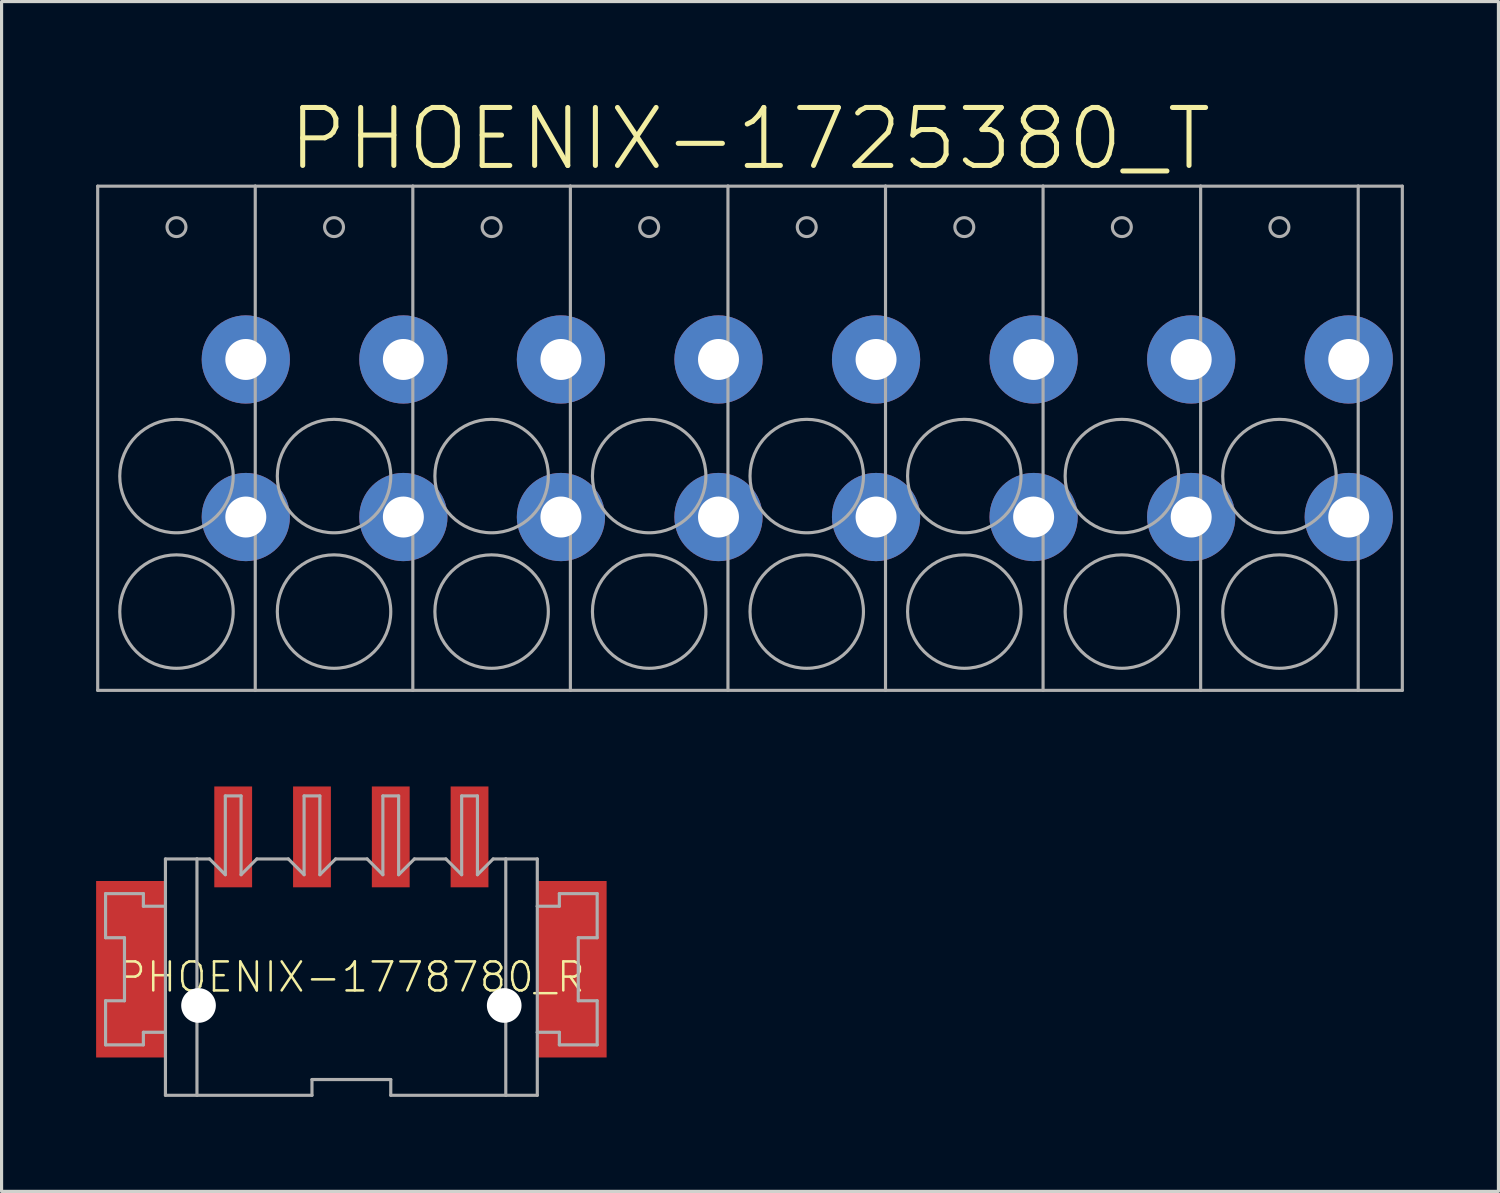
<source format=kicad_pcb>
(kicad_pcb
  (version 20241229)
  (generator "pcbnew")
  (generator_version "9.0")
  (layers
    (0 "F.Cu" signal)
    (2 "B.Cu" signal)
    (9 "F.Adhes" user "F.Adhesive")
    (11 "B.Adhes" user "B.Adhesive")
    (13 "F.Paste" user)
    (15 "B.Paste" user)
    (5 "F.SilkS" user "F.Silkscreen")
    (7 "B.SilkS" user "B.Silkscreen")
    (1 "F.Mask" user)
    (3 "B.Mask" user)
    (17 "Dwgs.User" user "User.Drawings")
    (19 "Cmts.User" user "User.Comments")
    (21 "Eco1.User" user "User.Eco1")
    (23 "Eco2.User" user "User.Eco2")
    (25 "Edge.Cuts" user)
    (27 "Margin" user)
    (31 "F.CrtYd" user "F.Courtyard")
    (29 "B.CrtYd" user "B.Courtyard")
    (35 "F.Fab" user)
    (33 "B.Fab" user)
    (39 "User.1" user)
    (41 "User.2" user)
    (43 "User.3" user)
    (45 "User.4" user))
  (footprint "PHOENIX-1725380_T"
    (layer "F.Cu")
    (at 20.75 10.857)
    (property "Reference" "PHOENIX-1725380_T" (at 0 -9.5 0) (unlocked yes) (layer "F.SilkS") (effects (font (size 1.84 1.84) (thickness 0.16))))
    (fp_line (start -20.7 -8) (end -20.7 8) (stroke (width 0.1) (type solid)) (layer "F.Fab"))
    (fp_line (start -20.7 -8) (end -15.7 -8) (stroke (width 0.1) (type solid)) (layer "F.Fab"))
    (fp_line (start -20.7 8) (end -15.7 8) (stroke (width 0.1) (type solid)) (layer "F.Fab"))
    (fp_line (start -15.7 -8) (end -15.7 8) (stroke (width 0.1) (type solid)) (layer "F.Fab"))
    (fp_line (start -15.7 -8) (end -10.7 -8) (stroke (width 0.1) (type solid)) (layer "F.Fab"))
    (fp_line (start -15.7 8) (end -10.7 8) (stroke (width 0.1) (type solid)) (layer "F.Fab"))
    (fp_line (start -10.7 -8) (end -10.7 8) (stroke (width 0.1) (type solid)) (layer "F.Fab"))
    (fp_line (start -10.7 -8) (end -5.7 -8) (stroke (width 0.1) (type solid)) (layer "F.Fab"))
    (fp_line (start -10.7 8) (end -5.7 8) (stroke (width 0.1) (type solid)) (layer "F.Fab"))
    (fp_line (start -5.7 -8) (end -5.7 8) (stroke (width 0.1) (type solid)) (layer "F.Fab"))
    (fp_line (start -5.7 -8) (end -0.7 -8) (stroke (width 0.1) (type solid)) (layer "F.Fab"))
    (fp_line (start -5.7 8) (end -0.7 8) (stroke (width 0.1) (type solid)) (layer "F.Fab"))
    (fp_line (start -0.7 -8) (end -0.7 8) (stroke (width 0.1) (type solid)) (layer "F.Fab"))
    (fp_line (start -0.7 -8) (end 4.3 -8) (stroke (width 0.1) (type solid)) (layer "F.Fab"))
    (fp_line (start -0.7 8) (end 4.3 8) (stroke (width 0.1) (type solid)) (layer "F.Fab"))
    (fp_line (start 4.3 -8) (end 4.3 8) (stroke (width 0.1) (type solid)) (layer "F.Fab"))
    (fp_line (start 4.3 -8) (end 9.3 -8) (stroke (width 0.1) (type solid)) (layer "F.Fab"))
    (fp_line (start 4.3 8) (end 9.3 8) (stroke (width 0.1) (type solid)) (layer "F.Fab"))
    (fp_line (start 9.3 -8) (end 9.3 8) (stroke (width 0.1) (type solid)) (layer "F.Fab"))
    (fp_line (start 9.3 -8) (end 14.3 -8) (stroke (width 0.1) (type solid)) (layer "F.Fab"))
    (fp_line (start 9.3 8) (end 14.3 8) (stroke (width 0.1) (type solid)) (layer "F.Fab"))
    (fp_line (start 14.3 -8) (end 14.3 8) (stroke (width 0.1) (type solid)) (layer "F.Fab"))
    (fp_line (start 14.3 -8) (end 19.3 -8) (stroke (width 0.1) (type solid)) (layer "F.Fab"))
    (fp_line (start 14.3 8) (end 19.3 8) (stroke (width 0.1) (type solid)) (layer "F.Fab"))
    (fp_line (start 19.3 -8) (end 19.3 8) (stroke (width 0.1) (type solid)) (layer "F.Fab"))
    (fp_line (start 19.3 -8) (end 20.7 -8) (stroke (width 0.1) (type solid)) (layer "F.Fab"))
    (fp_line (start 20.7 -8) (end 20.7 8) (stroke (width 0.1) (type solid)) (layer "F.Fab"))
    (fp_line (start 20.7 8) (end 19.3 8) (stroke (width 0.1) (type solid)) (layer "F.Fab"))
    (fp_circle (center -18.2 -6.7) (end -17.9 -6.7) (stroke (width 0.1) (type solid)) (fill no) (layer "F.Fab"))
    (fp_circle (center -18.2 1.2) (end -16.4 1.2) (stroke (width 0.1) (type solid)) (fill no) (layer "F.Fab"))
    (fp_circle (center -18.2 5.5) (end -16.4 5.5) (stroke (width 0.1) (type solid)) (fill no) (layer "F.Fab"))
    (fp_circle (center -13.2 -6.7) (end -12.9 -6.7) (stroke (width 0.1) (type solid)) (fill no) (layer "F.Fab"))
    (fp_circle (center -13.2 1.2) (end -11.4 1.2) (stroke (width 0.1) (type solid)) (fill no) (layer "F.Fab"))
    (fp_circle (center -13.2 5.5) (end -11.4 5.5) (stroke (width 0.1) (type solid)) (fill no) (layer "F.Fab"))
    (fp_circle (center -8.2 -6.7) (end -7.9 -6.7) (stroke (width 0.1) (type solid)) (fill no) (layer "F.Fab"))
    (fp_circle (center -8.2 1.2) (end -6.4 1.2) (stroke (width 0.1) (type solid)) (fill no) (layer "F.Fab"))
    (fp_circle (center -8.2 5.5) (end -6.4 5.5) (stroke (width 0.1) (type solid)) (fill no) (layer "F.Fab"))
    (fp_circle (center -3.2 -6.7) (end -2.9 -6.7) (stroke (width 0.1) (type solid)) (fill no) (layer "F.Fab"))
    (fp_circle (center -3.2 1.2) (end -1.4 1.2) (stroke (width 0.1) (type solid)) (fill no) (layer "F.Fab"))
    (fp_circle (center -3.2 5.5) (end -1.4 5.5) (stroke (width 0.1) (type solid)) (fill no) (layer "F.Fab"))
    (fp_circle (center 1.8 -6.7) (end 2.1 -6.7) (stroke (width 0.1) (type solid)) (fill no) (layer "F.Fab"))
    (fp_circle (center 1.8 1.2) (end 3.6 1.2) (stroke (width 0.1) (type solid)) (fill no) (layer "F.Fab"))
    (fp_circle (center 1.8 5.5) (end 3.6 5.5) (stroke (width 0.1) (type solid)) (fill no) (layer "F.Fab"))
    (fp_circle (center 6.8 -6.7) (end 7.1 -6.7) (stroke (width 0.1) (type solid)) (fill no) (layer "F.Fab"))
    (fp_circle (center 6.8 1.2) (end 8.6 1.2) (stroke (width 0.1) (type solid)) (fill no) (layer "F.Fab"))
    (fp_circle (center 6.8 5.5) (end 8.6 5.5) (stroke (width 0.1) (type solid)) (fill no) (layer "F.Fab"))
    (fp_circle (center 11.8 -6.7) (end 12.1 -6.7) (stroke (width 0.1) (type solid)) (fill no) (layer "F.Fab"))
    (fp_circle (center 11.8 1.2) (end 13.6 1.2) (stroke (width 0.1) (type solid)) (fill no) (layer "F.Fab"))
    (fp_circle (center 11.8 5.5) (end 13.6 5.5) (stroke (width 0.1) (type solid)) (fill no) (layer "F.Fab"))
    (fp_circle (center 16.8 -6.7) (end 17.1 -6.7) (stroke (width 0.1) (type solid)) (fill no) (layer "F.Fab"))
    (fp_circle (center 16.8 1.2) (end 18.6 1.2) (stroke (width 0.1) (type solid)) (fill no) (layer "F.Fab"))
    (fp_circle (center 16.8 5.5) (end 18.6 5.5) (stroke (width 0.1) (type solid)) (fill no) (layer "F.Fab"))
    (pad "1A" thru_hole circle (at -16 -2.5 90) (size 2.8 2.8) (drill 1.3) (layers "*.Cu" "*.Mask"))
    (pad "1B" thru_hole circle (at -16 2.5 90) (size 2.8 2.8) (drill 1.3) (layers "*.Cu" "*.Mask"))
    (pad "2A" thru_hole circle (at -11 -2.5 90) (size 2.8 2.8) (drill 1.3) (layers "*.Cu" "*.Mask"))
    (pad "2B" thru_hole circle (at -11 2.5 90) (size 2.8 2.8) (drill 1.3) (layers "*.Cu" "*.Mask"))
    (pad "3A" thru_hole circle (at -6 -2.5 90) (size 2.8 2.8) (drill 1.3) (layers "*.Cu" "*.Mask"))
    (pad "3B" thru_hole circle (at -6 2.5 90) (size 2.8 2.8) (drill 1.3) (layers "*.Cu" "*.Mask"))
    (pad "4A" thru_hole circle (at -1 -2.5 90) (size 2.8 2.8) (drill 1.3) (layers "*.Cu" "*.Mask"))
    (pad "4B" thru_hole circle (at -1 2.5 90) (size 2.8 2.8) (drill 1.3) (layers "*.Cu" "*.Mask"))
    (pad "5A" thru_hole circle (at 4 -2.5 90) (size 2.8 2.8) (drill 1.3) (layers "*.Cu" "*.Mask"))
    (pad "5B" thru_hole circle (at 4 2.5 90) (size 2.8 2.8) (drill 1.3) (layers "*.Cu" "*.Mask"))
    (pad "6A" thru_hole circle (at 9 -2.5 90) (size 2.8 2.8) (drill 1.3) (layers "*.Cu" "*.Mask"))
    (pad "6B" thru_hole circle (at 9 2.5 90) (size 2.8 2.8) (drill 1.3) (layers "*.Cu" "*.Mask"))
    (pad "7A" thru_hole circle (at 14 -2.5 90) (size 2.8 2.8) (drill 1.3) (layers "*.Cu" "*.Mask"))
    (pad "7B" thru_hole circle (at 14 2.5 90) (size 2.8 2.8) (drill 1.3) (layers "*.Cu" "*.Mask"))
    (pad "8A" thru_hole circle (at 19 -2.5 90) (size 2.8 2.8) (drill 1.3) (layers "*.Cu" "*.Mask"))
    (pad "8B" thru_hole circle (at 19 2.5 90) (size 2.8 2.8) (drill 1.3) (layers "*.Cu" "*.Mask")))
  (footprint "PHOENIX-1778780_R"
    (layer "F.Cu")
    (at 8.1 27.957)
    (property "Reference" "PHOENIX-1778780_R" (at 0 0 0) (unlocked yes) (layer "F.SilkS") (effects (font (size 0.92 0.92) (thickness 0.08))))
    (fp_line (start -7.8 -2.65) (end -7.8 -1.25) (stroke (width 0.1) (type solid)) (layer "F.Fab"))
    (fp_line (start -7.8 -1.25) (end -7.2 -1.25) (stroke (width 0.1) (type solid)) (layer "F.Fab"))
    (fp_line (start -7.8 0.75) (end -7.8 2.15) (stroke (width 0.1) (type solid)) (layer "F.Fab"))
    (fp_line (start -7.2 -1.25) (end -7.2 0.75) (stroke (width 0.1) (type solid)) (layer "F.Fab"))
    (fp_line (start -7.2 0.75) (end -7.8 0.75) (stroke (width 0.1) (type solid)) (layer "F.Fab"))
    (fp_line (start -6.6 -2.65) (end -7.8 -2.65) (stroke (width 0.1) (type solid)) (layer "F.Fab"))
    (fp_line (start -6.6 -2.25) (end -6.6 -2.65) (stroke (width 0.1) (type solid)) (layer "F.Fab"))
    (fp_line (start -6.6 -2.25) (end -5.9 -2.25) (stroke (width 0.1) (type solid)) (layer "F.Fab"))
    (fp_line (start -6.6 1.75) (end -6.6 2.15) (stroke (width 0.1) (type solid)) (layer "F.Fab"))
    (fp_line (start -6.6 1.75) (end -5.9 1.75) (stroke (width 0.1) (type solid)) (layer "F.Fab"))
    (fp_line (start -6.6 2.15) (end -7.8 2.15) (stroke (width 0.1) (type solid)) (layer "F.Fab"))
    (fp_line (start -5.9 -3.75) (end -5.9 -2.25) (stroke (width 0.1) (type solid)) (layer "F.Fab"))
    (fp_line (start -5.9 -3.75) (end -4.9 -3.75) (stroke (width 0.1) (type solid)) (layer "F.Fab"))
    (fp_line (start -5.9 -2.25) (end -5.9 1.75) (stroke (width 0.1) (type solid)) (layer "F.Fab"))
    (fp_line (start -5.9 1.75) (end -5.9 3.75) (stroke (width 0.1) (type solid)) (layer "F.Fab"))
    (fp_line (start -5.9 3.75) (end -4.9 3.75) (stroke (width 0.1) (type solid)) (layer "F.Fab"))
    (fp_line (start -4.9 -3.75) (end -4.9 3.75) (stroke (width 0.1) (type solid)) (layer "F.Fab"))
    (fp_line (start -4.9 -3.75) (end -4.5 -3.75) (stroke (width 0.1) (type solid)) (layer "F.Fab"))
    (fp_line (start -4.9 3.75) (end -1.25 3.75) (stroke (width 0.1) (type solid)) (layer "F.Fab"))
    (fp_line (start -4 -5.75) (end -3.5 -5.75) (stroke (width 0.1) (type solid)) (layer "F.Fab"))
    (fp_line (start -4 -3.25) (end -4.5 -3.75) (stroke (width 0.1) (type solid)) (layer "F.Fab"))
    (fp_line (start -4 -3.25) (end -4 -5.75) (stroke (width 0.1) (type solid)) (layer "F.Fab"))
    (fp_line (start -3.5 -5.75) (end -3.5 -3.25) (stroke (width 0.1) (type solid)) (layer "F.Fab"))
    (fp_line (start -3.5 -3.25) (end -3 -3.75) (stroke (width 0.1) (type solid)) (layer "F.Fab"))
    (fp_line (start -3 -3.75) (end -2 -3.75) (stroke (width 0.1) (type solid)) (layer "F.Fab"))
    (fp_line (start -1.5 -5.75) (end -1 -5.75) (stroke (width 0.1) (type solid)) (layer "F.Fab"))
    (fp_line (start -1.5 -3.25) (end -2 -3.75) (stroke (width 0.1) (type solid)) (layer "F.Fab"))
    (fp_line (start -1.5 -3.25) (end -1.5 -5.75) (stroke (width 0.1) (type solid)) (layer "F.Fab"))
    (fp_line (start -1.25 3.25) (end -1.25 3.75) (stroke (width 0.1) (type solid)) (layer "F.Fab"))
    (fp_line (start -1.25 3.25) (end 1.25 3.25) (stroke (width 0.1) (type solid)) (layer "F.Fab"))
    (fp_line (start -1 -5.75) (end -1 -3.25) (stroke (width 0.1) (type solid)) (layer "F.Fab"))
    (fp_line (start -1 -3.25) (end -0.5 -3.75) (stroke (width 0.1) (type solid)) (layer "F.Fab"))
    (fp_line (start -0.5 -3.75) (end 0.5 -3.75) (stroke (width 0.1) (type solid)) (layer "F.Fab"))
    (fp_line (start 1 -5.75) (end 1.5 -5.75) (stroke (width 0.1) (type solid)) (layer "F.Fab"))
    (fp_line (start 1 -3.25) (end 0.5 -3.75) (stroke (width 0.1) (type solid)) (layer "F.Fab"))
    (fp_line (start 1 -3.25) (end 1 -5.75) (stroke (width 0.1) (type solid)) (layer "F.Fab"))
    (fp_line (start 1.25 3.25) (end 1.25 3.75) (stroke (width 0.1) (type solid)) (layer "F.Fab"))
    (fp_line (start 1.25 3.75) (end 4.9 3.75) (stroke (width 0.1) (type solid)) (layer "F.Fab"))
    (fp_line (start 1.5 -5.75) (end 1.5 -3.25) (stroke (width 0.1) (type solid)) (layer "F.Fab"))
    (fp_line (start 1.5 -3.25) (end 2 -3.75) (stroke (width 0.1) (type solid)) (layer "F.Fab"))
    (fp_line (start 2 -3.75) (end 3 -3.75) (stroke (width 0.1) (type solid)) (layer "F.Fab"))
    (fp_line (start 3.5 -5.75) (end 4 -5.75) (stroke (width 0.1) (type solid)) (layer "F.Fab"))
    (fp_line (start 3.5 -3.25) (end 3 -3.75) (stroke (width 0.1) (type solid)) (layer "F.Fab"))
    (fp_line (start 3.5 -3.25) (end 3.5 -5.75) (stroke (width 0.1) (type solid)) (layer "F.Fab"))
    (fp_line (start 4 -5.75) (end 4 -3.25) (stroke (width 0.1) (type solid)) (layer "F.Fab"))
    (fp_line (start 4 -3.25) (end 4.5 -3.75) (stroke (width 0.1) (type solid)) (layer "F.Fab"))
    (fp_line (start 4.5 -3.75) (end 4.9 -3.75) (stroke (width 0.1) (type solid)) (layer "F.Fab"))
    (fp_line (start 4.9 -3.75) (end 4.9 3.75) (stroke (width 0.1) (type solid)) (layer "F.Fab"))
    (fp_line (start 4.9 -3.75) (end 5.9 -3.75) (stroke (width 0.1) (type solid)) (layer "F.Fab"))
    (fp_line (start 4.9 3.75) (end 5.9 3.75) (stroke (width 0.1) (type solid)) (layer "F.Fab"))
    (fp_line (start 5.9 -3.75) (end 5.9 -2.25) (stroke (width 0.1) (type solid)) (layer "F.Fab"))
    (fp_line (start 5.9 -2.25) (end 5.9 1.75) (stroke (width 0.1) (type solid)) (layer "F.Fab"))
    (fp_line (start 5.9 -2.25) (end 6.6 -2.25) (stroke (width 0.1) (type solid)) (layer "F.Fab"))
    (fp_line (start 5.9 1.75) (end 5.9 3.75) (stroke (width 0.1) (type solid)) (layer "F.Fab"))
    (fp_line (start 5.9 1.75) (end 6.6 1.75) (stroke (width 0.1) (type solid)) (layer "F.Fab"))
    (fp_line (start 6.6 -2.65) (end 7.8 -2.65) (stroke (width 0.1) (type solid)) (layer "F.Fab"))
    (fp_line (start 6.6 -2.25) (end 6.6 -2.65) (stroke (width 0.1) (type solid)) (layer "F.Fab"))
    (fp_line (start 6.6 1.75) (end 6.6 2.15) (stroke (width 0.1) (type solid)) (layer "F.Fab"))
    (fp_line (start 6.6 2.15) (end 7.8 2.15) (stroke (width 0.1) (type solid)) (layer "F.Fab"))
    (fp_line (start 7.2 -1.25) (end 7.8 -1.25) (stroke (width 0.1) (type solid)) (layer "F.Fab"))
    (fp_line (start 7.2 0.75) (end 7.2 -1.25) (stroke (width 0.1) (type solid)) (layer "F.Fab"))
    (fp_line (start 7.8 -1.25) (end 7.8 -2.65) (stroke (width 0.1) (type solid)) (layer "F.Fab"))
    (fp_line (start 7.8 0.75) (end 7.2 0.75) (stroke (width 0.1) (type solid)) (layer "F.Fab"))
    (fp_line (start 7.8 2.15) (end 7.8 0.75) (stroke (width 0.1) (type solid)) (layer "F.Fab"))
    (pad "" np_thru_hole circle (at -4.85 0.9) (size 1.1 1.1) (drill 1.1) (layers "*.Cu" "*.Mask"))
    (pad "" np_thru_hole circle (at 4.85 0.9) (size 1.1 1.1) (drill 1.1) (layers "*.Cu" "*.Mask"))
    (pad "1" smd rect (at -3.75 -4.45 90) (size 3.2 1.2) (layers "F.Cu" "F.Mask" "F.Paste"))
    (pad "2" smd rect (at -1.25 -4.45 90) (size 3.2 1.2) (layers "F.Cu" "F.Mask" "F.Paste"))
    (pad "3" smd rect (at 1.25 -4.45 90) (size 3.2 1.2) (layers "F.Cu" "F.Mask" "F.Paste"))
    (pad "4" smd rect (at 3.75 -4.45 90) (size 3.2 1.2) (layers "F.Cu" "F.Mask" "F.Paste"))
    (pad "P1" smd rect (at -7 -0.25 90) (size 5.6 2.2) (layers "F.Cu" "F.Mask" "F.Paste"))
    (pad "P2" smd rect (at 7 -0.25 90) (size 5.6 2.2) (layers "F.Cu" "F.Mask" "F.Paste")))
  (gr_rect
    (start -3 -3)
    (end 44.5 34.757)
    (stroke (width 0.1) (type default))
    (fill no)
    (layer "Edge.Cuts")))
</source>
